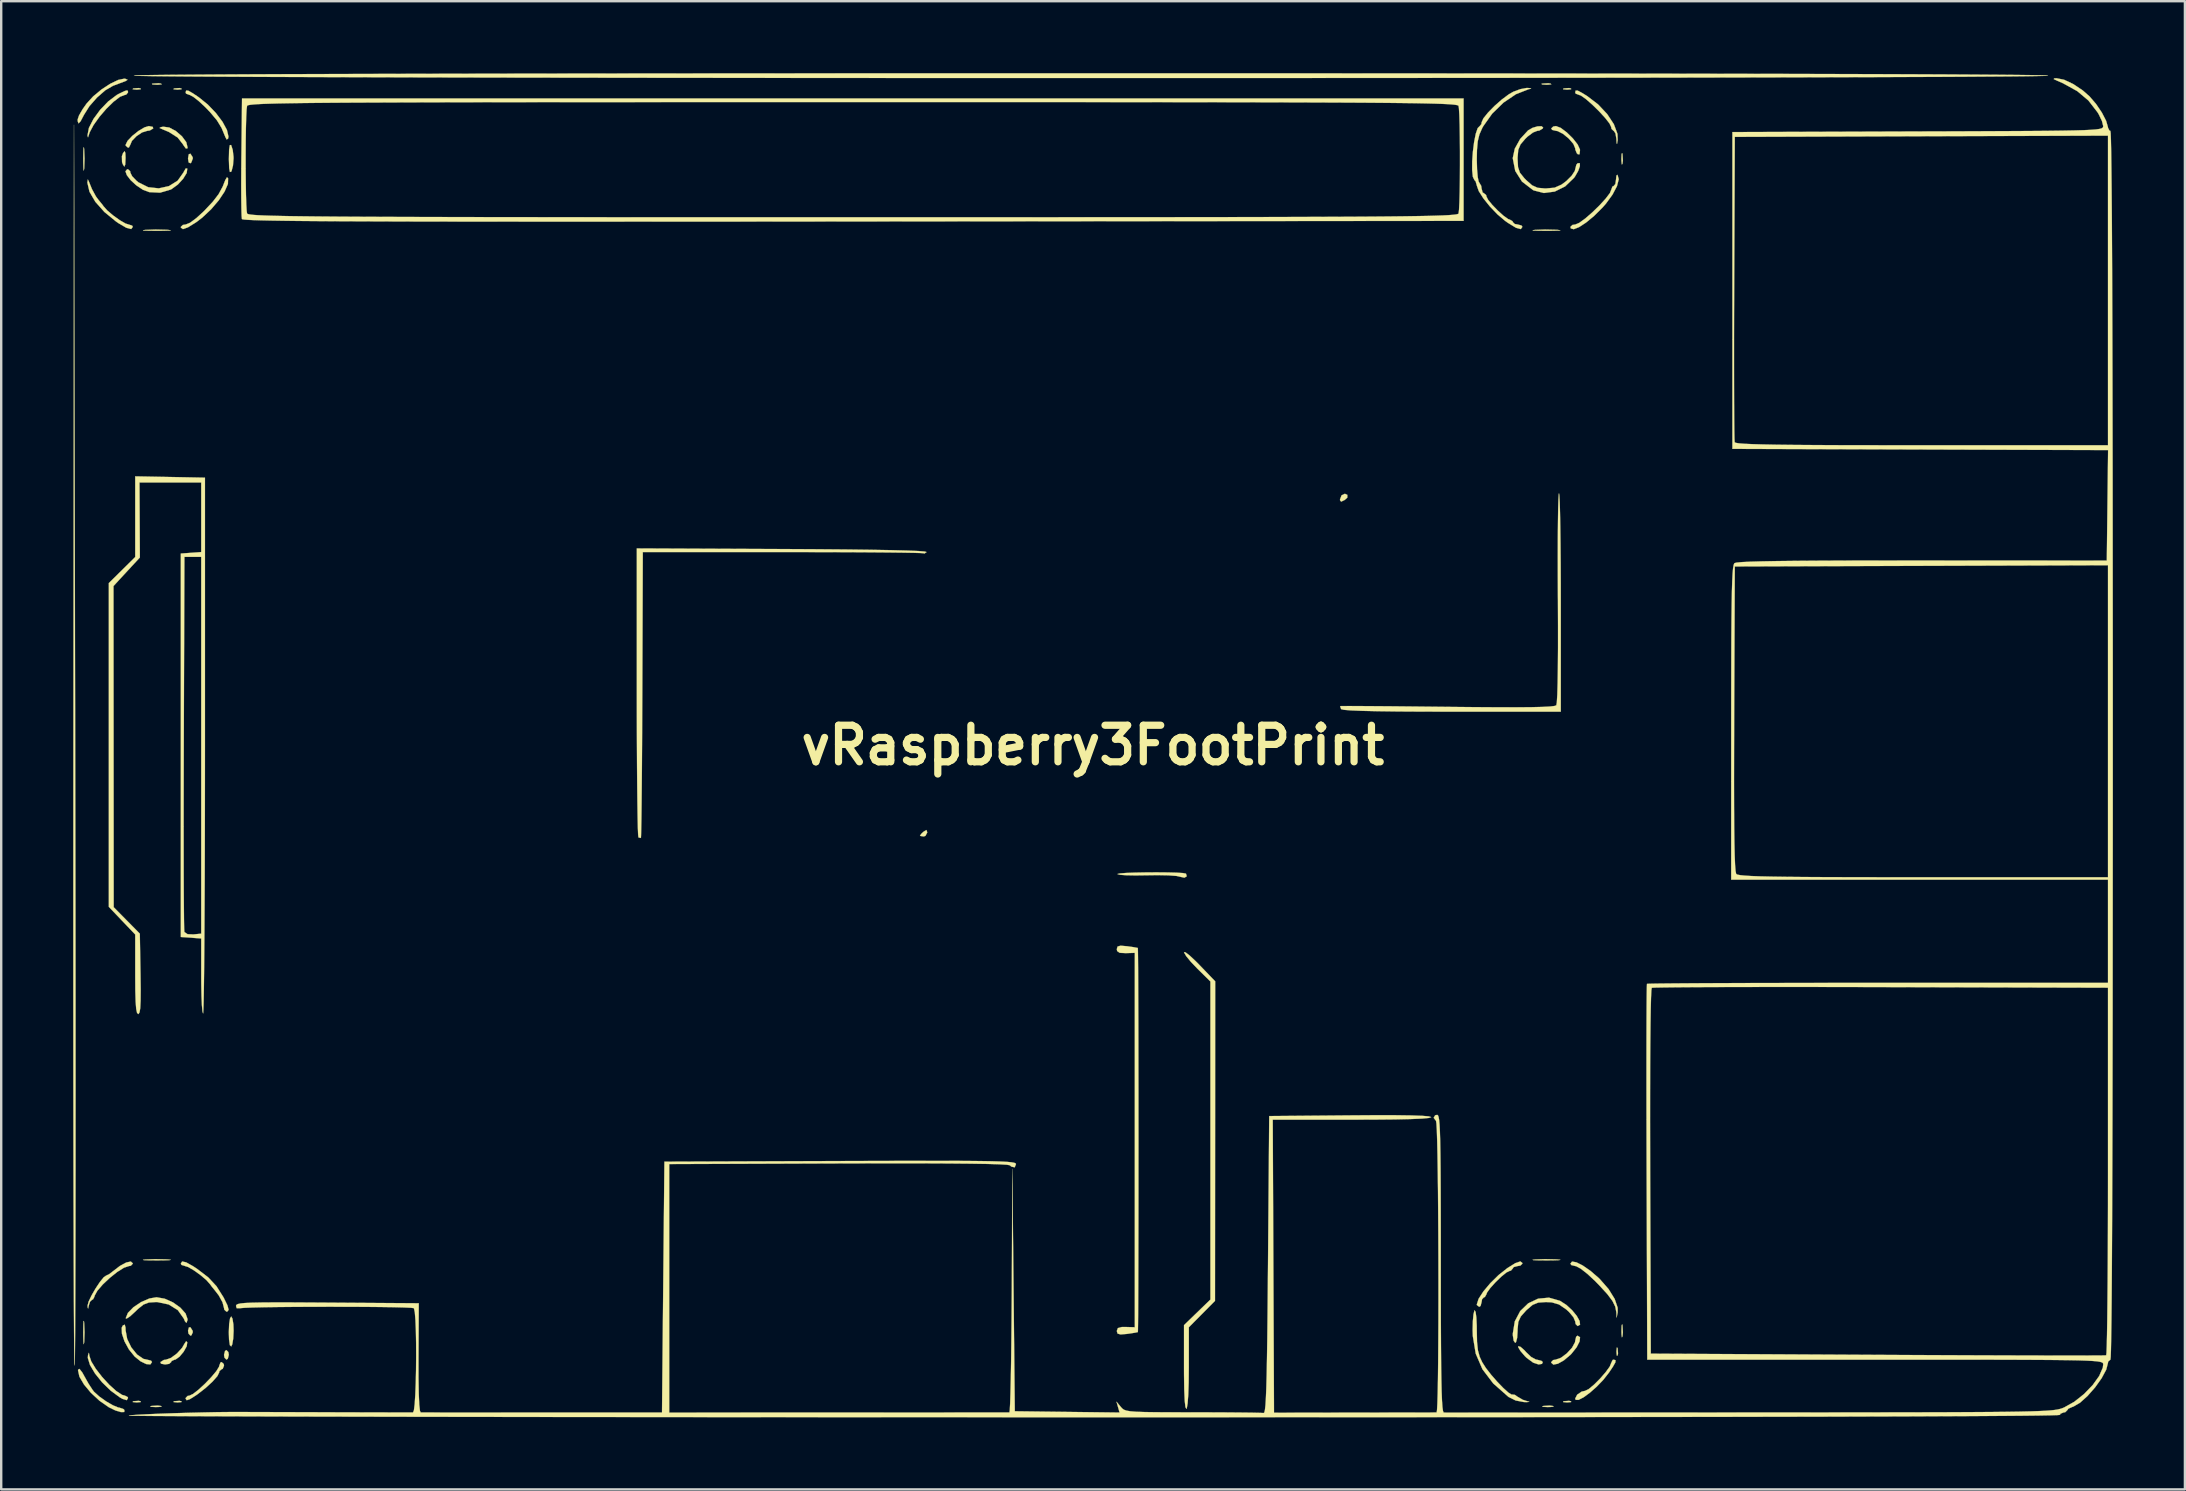
<source format=kicad_pcb>
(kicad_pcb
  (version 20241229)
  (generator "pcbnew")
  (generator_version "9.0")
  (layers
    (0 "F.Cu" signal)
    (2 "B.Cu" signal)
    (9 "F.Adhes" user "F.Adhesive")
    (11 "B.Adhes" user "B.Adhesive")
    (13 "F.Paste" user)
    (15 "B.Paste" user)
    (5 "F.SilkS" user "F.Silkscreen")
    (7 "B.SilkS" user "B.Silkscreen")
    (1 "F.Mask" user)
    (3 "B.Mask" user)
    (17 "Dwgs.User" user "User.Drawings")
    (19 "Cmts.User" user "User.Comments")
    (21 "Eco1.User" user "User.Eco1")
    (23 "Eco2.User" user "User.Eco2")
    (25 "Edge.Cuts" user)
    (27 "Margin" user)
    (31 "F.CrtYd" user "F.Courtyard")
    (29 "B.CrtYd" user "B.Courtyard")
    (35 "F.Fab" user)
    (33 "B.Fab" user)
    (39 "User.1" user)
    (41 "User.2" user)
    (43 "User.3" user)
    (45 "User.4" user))
  (footprint "vRaspberry3FootPrint"
    (layer "F.Cu")
    (at 42.484 28.003)
    (property "Reference" "vRaspberry3FootPrint" (at 0 0 0) (layer "F.SilkS") (effects (font (size 1.524 1.524) (thickness 0.3))))
    (attr through_hole)
    (fp_poly (pts (xy -39.673 -27.366) (xy -39.67 -27.333) (xy -39.826 -27.319) (xy -39.85 -27.319) (xy -40.005 -27.334) (xy -39.99 -27.364) (xy -39.973 -27.369) (xy -39.755 -27.384) (xy -39.673 -27.366)) (stroke (width 0.01) (type solid)) (fill yes) (layer "F.SilkS"))
    (fp_poly (pts (xy -39.673 27.334) (xy -39.67 27.367) (xy -39.826 27.381) (xy -39.85 27.381) (xy -40.005 27.366) (xy -39.99 27.336) (xy -39.973 27.331) (xy -39.755 27.316) (xy -39.673 27.334)) (stroke (width 0.01) (type solid)) (fill yes) (layer "F.SilkS"))
    (fp_poly (pts (xy -38.825 -27.569) (xy -38.794 -27.54) (xy -38.932 -27.524) (xy -39 -27.523) (xy -39.182 -27.534) (xy -39.203 -27.56) (xy -39.175 -27.569) (xy -38.921 -27.584) (xy -38.825 -27.569)) (stroke (width 0.01) (type solid)) (fill yes) (layer "F.SilkS"))
    (fp_poly (pts (xy -38.824 27.531) (xy -38.8 27.558) (xy -38.944 27.573) (xy -39.05 27.575) (xy -39.244 27.565) (xy -39.273 27.542) (xy -39.224 27.529) (xy -38.963 27.513) (xy -38.824 27.531)) (stroke (width 0.01) (type solid)) (fill yes) (layer "F.SilkS"))
    (fp_poly (pts (xy -37.973 -27.366) (xy -37.97 -27.333) (xy -38.126 -27.319) (xy -38.15 -27.319) (xy -38.305 -27.334) (xy -38.29 -27.364) (xy -38.273 -27.369) (xy -38.055 -27.384) (xy -37.973 -27.366)) (stroke (width 0.01) (type solid)) (fill yes) (layer "F.SilkS"))
    (fp_poly (pts (xy -37.973 27.334) (xy -37.97 27.367) (xy -38.126 27.381) (xy -38.15 27.381) (xy -38.305 27.366) (xy -38.29 27.336) (xy -38.273 27.331) (xy -38.055 27.316) (xy -37.973 27.334)) (stroke (width 0.01) (type solid)) (fill yes) (layer "F.SilkS"))
    (fp_poly (pts (xy -37.508 24.395) (xy -37.5 24.456) (xy -37.556 24.585) (xy -37.6 24.6) (xy -37.68 24.516) (xy -37.7 24.394) (xy -37.662 24.256) (xy -37.6 24.25) (xy -37.508 24.395)) (stroke (width 0.01) (type solid)) (fill yes) (layer "F.SilkS"))
    (fp_poly (pts (xy -37.507 -24.505) (xy -37.5 -24.45) (xy -37.563 -24.282) (xy -37.6 -24.25) (xy -37.674 -24.286) (xy -37.7 -24.45) (xy -37.669 -24.624) (xy -37.6 -24.65) (xy -37.507 -24.505)) (stroke (width 0.01) (type solid)) (fill yes) (layer "F.SilkS"))
    (fp_poly (pts (xy -36.019 25.284) (xy -36 25.4) (xy -36.042 25.562) (xy -36.1 25.6) (xy -36.181 25.516) (xy -36.2 25.4) (xy -36.158 25.238) (xy -36.1 25.2) (xy -36.019 25.284)) (stroke (width 0.01) (type solid)) (fill yes) (layer "F.SilkS"))
    (fp_poly (pts (xy 10.606 -10.434) (xy 10.606 -10.32) (xy 10.498 -10.222) (xy 10.347 -10.15) (xy 10.301 -10.21) (xy 10.3 -10.243) (xy 10.364 -10.413) (xy 10.504 -10.479) (xy 10.606 -10.434)) (stroke (width 0.01) (type solid)) (fill yes) (layer "F.SilkS"))
    (fp_poly (pts (xy 19.075 -27.569) (xy 19.106 -27.54) (xy 18.968 -27.524) (xy 18.9 -27.523) (xy 18.718 -27.534) (xy 18.697 -27.56) (xy 18.725 -27.569) (xy 18.979 -27.584) (xy 19.075 -27.569)) (stroke (width 0.01) (type solid)) (fill yes) (layer "F.SilkS"))
    (fp_poly (pts (xy 19.176 27.531) (xy 19.2 27.558) (xy 19.056 27.573) (xy 18.95 27.575) (xy 18.756 27.565) (xy 18.727 27.542) (xy 18.776 27.529) (xy 19.037 27.513) (xy 19.176 27.531)) (stroke (width 0.01) (type solid)) (fill yes) (layer "F.SilkS"))
    (fp_poly (pts (xy 19.927 -27.366) (xy 19.93 -27.333) (xy 19.774 -27.319) (xy 19.75 -27.319) (xy 19.595 -27.334) (xy 19.61 -27.364) (xy 19.627 -27.369) (xy 19.845 -27.384) (xy 19.927 -27.366)) (stroke (width 0.01) (type solid)) (fill yes) (layer "F.SilkS"))
    (fp_poly (pts (xy 19.927 27.334) (xy 19.93 27.367) (xy 19.774 27.381) (xy 19.75 27.381) (xy 19.595 27.366) (xy 19.61 27.336) (xy 19.627 27.331) (xy 19.845 27.316) (xy 19.927 27.334)) (stroke (width 0.01) (type solid)) (fill yes) (layer "F.SilkS"))
    (fp_poly (pts (xy 21.864 25.11) (xy 21.869 25.127) (xy 21.884 25.345) (xy 21.866 25.427) (xy 21.833 25.43) (xy 21.819 25.274) (xy 21.819 25.25) (xy 21.834 25.095) (xy 21.864 25.11)) (stroke (width 0.01) (type solid)) (fill yes) (layer "F.SilkS"))
    (fp_poly (pts (xy 22.071 24.175) (xy 22.087 24.466) (xy 22.071 24.625) (xy 22.046 24.672) (xy 22.03 24.547) (xy 22.027 24.4) (xy 22.035 24.184) (xy 22.055 24.124) (xy 22.071 24.175)) (stroke (width 0.01) (type solid)) (fill yes) (layer "F.SilkS"))
    (fp_poly (pts (xy 22.071 -24.624) (xy 22.087 -24.363) (xy 22.069 -24.224) (xy 22.042 -24.2) (xy 22.027 -24.344) (xy 22.025 -24.45) (xy 22.035 -24.644) (xy 22.058 -24.673) (xy 22.071 -24.624)) (stroke (width 0.01) (type solid)) (fill yes) (layer "F.SilkS"))
    (fp_poly (pts (xy -40.311 -24.679) (xy -40.303 -24.475) (xy -40.315 -24.197) (xy -40.356 -24.11) (xy -40.422 -24.219) (xy -40.449 -24.298) (xy -40.455 -24.547) (xy -40.409 -24.673) (xy -40.342 -24.754) (xy -40.311 -24.679)) (stroke (width 0.01) (type solid)) (fill yes) (layer "F.SilkS"))
    (fp_poly (pts (xy -6.9 3.622) (xy -6.9 3.638) (xy -6.975 3.778) (xy -7.05 3.8) (xy -7.183 3.779) (xy -7.2 3.762) (xy -7.134 3.676) (xy -7.05 3.6) (xy -6.932 3.53) (xy -6.9 3.622)) (stroke (width 0.01) (type solid)) (fill yes) (layer "F.SilkS"))
    (fp_poly (pts (xy -42.035 -24.897) (xy -42.027 -24.822) (xy -42.011 -24.445) (xy -42.023 -24.073) (xy -42.027 -24.022) (xy -42.045 -23.941) (xy -42.058 -24.037) (xy -42.065 -24.29) (xy -42.066 -24.45) (xy -42.061 -24.759) (xy -42.051 -24.914) (xy -42.035 -24.897)) (stroke (width 0.01) (type solid)) (fill yes) (layer "F.SilkS"))
    (fp_poly (pts (xy -42.035 24.003) (xy -42.027 24.078) (xy -42.011 24.455) (xy -42.023 24.827) (xy -42.027 24.878) (xy -42.045 24.959) (xy -42.058 24.863) (xy -42.065 24.61) (xy -42.066 24.45) (xy -42.061 24.141) (xy -42.051 23.986) (xy -42.035 24.003)) (stroke (width 0.01) (type solid)) (fill yes) (layer "F.SilkS"))
    (fp_poly (pts (xy -38.615 -21.479) (xy -38.525 -21.474) (xy -38.414 -21.458) (xy -38.485 -21.446) (xy -38.719 -21.438) (xy -39 -21.436) (xy -39.347 -21.439) (xy -39.546 -21.448) (xy -39.577 -21.461) (xy -39.475 -21.474) (xy -39.056 -21.489) (xy -38.615 -21.479)) (stroke (width 0.01) (type solid)) (fill yes) (layer "F.SilkS"))
    (fp_poly (pts (xy -38.615 21.421) (xy -38.525 21.426) (xy -38.414 21.442) (xy -38.485 21.454) (xy -38.719 21.462) (xy -39 21.464) (xy -39.347 21.461) (xy -39.546 21.452) (xy -39.577 21.439) (xy -39.475 21.426) (xy -39.056 21.411) (xy -38.615 21.421)) (stroke (width 0.01) (type solid)) (fill yes) (layer "F.SilkS"))
    (fp_poly (pts (xy 19.285 -21.479) (xy 19.375 -21.474) (xy 19.486 -21.458) (xy 19.415 -21.446) (xy 19.181 -21.438) (xy 18.9 -21.436) (xy 18.553 -21.439) (xy 18.354 -21.448) (xy 18.323 -21.461) (xy 18.425 -21.474) (xy 18.844 -21.489) (xy 19.285 -21.479)) (stroke (width 0.01) (type solid)) (fill yes) (layer "F.SilkS"))
    (fp_poly (pts (xy 19.285 21.421) (xy 19.375 21.426) (xy 19.486 21.442) (xy 19.415 21.454) (xy 19.181 21.462) (xy 18.9 21.464) (xy 18.553 21.461) (xy 18.354 21.452) (xy 18.323 21.439) (xy 18.425 21.426) (xy 18.844 21.411) (xy 19.285 21.421)) (stroke (width 0.01) (type solid)) (fill yes) (layer "F.SilkS"))
    (fp_poly (pts (xy -35.847 23.891) (xy -35.81 24.128) (xy -35.8 24.394) (xy -35.816 24.722) (xy -35.856 24.962) (xy -35.9 25.05) (xy -35.957 24.995) (xy -35.991 24.76) (xy -36 24.456) (xy -35.986 24.114) (xy -35.949 23.88) (xy -35.9 23.8) (xy -35.847 23.891)) (stroke (width 0.01) (type solid)) (fill yes) (layer "F.SilkS"))
    (fp_poly (pts (xy -35.9 -25) (xy -35.837 -24.806) (xy -35.804 -24.518) (xy -35.803 -24.45) (xy -35.826 -24.154) (xy -35.884 -23.93) (xy -35.9 -23.9) (xy -35.954 -23.885) (xy -35.985 -24.047) (xy -35.997 -24.397) (xy -35.997 -24.45) (xy -35.988 -24.822) (xy -35.958 -25.006) (xy -35.907 -25.011) (xy -35.9 -25)) (stroke (width 0.01) (type solid)) (fill yes) (layer "F.SilkS"))
    (fp_poly (pts (xy -38.481 -25.74) (xy -38.204 -25.591) (xy -37.951 -25.372) (xy -37.772 -25.129) (xy -37.718 -24.907) (xy -37.727 -24.87) (xy -37.79 -24.865) (xy -37.893 -25.007) (xy -37.908 -25.035) (xy -38.13 -25.321) (xy -38.499 -25.555) (xy -38.75 -25.66) (xy -38.887 -25.72) (xy -38.837 -25.754) (xy -38.731 -25.774) (xy -38.481 -25.74)) (stroke (width 0.01) (type solid)) (fill yes) (layer "F.SilkS"))
    (fp_poly (pts (xy 17.824 25.067) (xy 17.99 25.214) (xy 18.055 25.287) (xy 18.265 25.487) (xy 18.462 25.594) (xy 18.503 25.6) (xy 18.691 25.648) (xy 18.75 25.7) (xy 18.716 25.776) (xy 18.576 25.8) (xy 18.349 25.725) (xy 18.078 25.526) (xy 18.001 25.451) (xy 17.818 25.238) (xy 17.726 25.082) (xy 17.728 25.039) (xy 17.824 25.067)) (stroke (width 0.01) (type solid)) (fill yes) (layer "F.SilkS"))
    (fp_poly (pts (xy -39.169 -25.767) (xy -39.15 -25.7) (xy -39.291 -25.616) (xy -39.405 -25.6) (xy -39.617 -25.534) (xy -39.851 -25.376) (xy -40.036 -25.184) (xy -40.1 -25.032) (xy -40.16 -24.911) (xy -40.2 -24.9) (xy -40.294 -24.978) (xy -40.3 -25.018) (xy -40.221 -25.182) (xy -40.024 -25.39) (xy -39.769 -25.594) (xy -39.513 -25.746) (xy -39.332 -25.8) (xy -39.169 -25.767)) (stroke (width 0.01) (type solid)) (fill yes) (layer "F.SilkS"))
    (fp_poly (pts (xy -37.731 24.874) (xy -37.755 25.041) (xy -37.879 25.266) (xy -38.051 25.474) (xy -38.217 25.593) (xy -38.257 25.6) (xy -38.385 25.656) (xy -38.4 25.7) (xy -38.486 25.775) (xy -38.656 25.8) (xy -38.826 25.768) (xy -38.85 25.7) (xy -38.707 25.612) (xy -38.619 25.6) (xy -38.407 25.525) (xy -38.159 25.34) (xy -37.945 25.105) (xy -37.856 24.95) (xy -37.778 24.832) (xy -37.731 24.874)) (stroke (width 0.01) (type solid)) (fill yes) (layer "F.SilkS"))
    (fp_poly (pts (xy 20.302 24.667) (xy 20.283 24.842) (xy 20.16 25.083) (xy 19.946 25.353) (xy 19.9 25.4) (xy 19.63 25.628) (xy 19.38 25.769) (xy 19.191 25.807) (xy 19.102 25.727) (xy 19.1 25.7) (xy 19.183 25.616) (xy 19.282 25.6) (xy 19.502 25.524) (xy 19.752 25.338) (xy 19.97 25.101) (xy 20.092 24.875) (xy 20.1 24.816) (xy 20.139 24.645) (xy 20.2 24.6) (xy 20.302 24.667)) (stroke (width 0.01) (type solid)) (fill yes) (layer "F.SilkS"))
    (fp_poly (pts (xy -40.303 24.267) (xy -40.3 24.381) (xy -40.234 24.738) (xy -40.063 25.09) (xy -39.825 25.384) (xy -39.561 25.566) (xy -39.405 25.6) (xy -39.24 25.641) (xy -39.2 25.7) (xy -39.269 25.799) (xy -39.443 25.783) (xy -39.677 25.669) (xy -39.922 25.471) (xy -39.924 25.469) (xy -40.163 25.173) (xy -40.346 24.839) (xy -40.453 24.52) (xy -40.464 24.271) (xy -40.417 24.177) (xy -40.336 24.141) (xy -40.303 24.267)) (stroke (width 0.01) (type solid)) (fill yes) (layer "F.SilkS"))
    (fp_poly (pts (xy 19.497 -25.725) (xy 19.749 -25.536) (xy 20.002 -25.287) (xy 20.203 -25.032) (xy 20.298 -24.823) (xy 20.3 -24.8) (xy 20.282 -24.626) (xy 20.211 -24.626) (xy 20.167 -24.667) (xy 20.105 -24.818) (xy 20.1 -24.874) (xy 20.022 -25.06) (xy 19.832 -25.28) (xy 19.593 -25.476) (xy 19.37 -25.59) (xy 19.308 -25.6) (xy 19.141 -25.64) (xy 19.1 -25.7) (xy 19.184 -25.781) (xy 19.3 -25.8) (xy 19.497 -25.725)) (stroke (width 0.01) (type solid)) (fill yes) (layer "F.SilkS"))
    (fp_poly (pts (xy -41.814 25.4) (xy -41.812 25.432) (xy -41.732 25.672) (xy -41.542 25.983) (xy -41.28 26.32) (xy -40.984 26.643) (xy -40.693 26.906) (xy -40.444 27.069) (xy -40.327 27.1) (xy -40.209 27.162) (xy -40.2 27.2) (xy -40.253 27.288) (xy -40.422 27.238) (xy -40.545 27.169) (xy -40.925 26.889) (xy -41.279 26.545) (xy -41.575 26.176) (xy -41.784 25.824) (xy -41.875 25.529) (xy -41.867 25.417) (xy -41.831 25.312) (xy -41.814 25.4)) (stroke (width 0.01) (type solid)) (fill yes) (layer "F.SilkS"))
    (fp_poly (pts (xy -40.201 -27.241) (xy -40.2 -27.2) (xy -40.279 -27.107) (xy -40.327 -27.1) (xy -40.531 -27.022) (xy -40.802 -26.815) (xy -41.102 -26.522) (xy -41.393 -26.183) (xy -41.637 -25.841) (xy -41.798 -25.538) (xy -41.826 -25.449) (xy -41.867 -25.33) (xy -41.887 -25.402) (xy -41.888 -25.418) (xy -41.829 -25.725) (xy -41.641 -26.094) (xy -41.36 -26.478) (xy -41.024 -26.828) (xy -40.669 -27.096) (xy -40.574 -27.148) (xy -40.338 -27.261) (xy -40.231 -27.29) (xy -40.201 -27.241)) (stroke (width 0.01) (type solid)) (fill yes) (layer "F.SilkS"))
    (fp_poly (pts (xy -37.691 -27.275) (xy -37.506 -27.171) (xy -37.255 -27.003) (xy -36.878 -26.699) (xy -36.538 -26.344) (xy -36.262 -25.977) (xy -36.078 -25.637) (xy -36.014 -25.363) (xy -36.029 -25.279) (xy -36.089 -25.238) (xy -36.147 -25.35) (xy -36.302 -25.722) (xy -36.497 -26.042) (xy -36.78 -26.379) (xy -36.968 -26.575) (xy -37.242 -26.832) (xy -37.48 -27.019) (xy -37.634 -27.099) (xy -37.643 -27.1) (xy -37.781 -27.152) (xy -37.8 -27.2) (xy -37.778 -27.281) (xy -37.691 -27.275)) (stroke (width 0.01) (type solid)) (fill yes) (layer "F.SilkS"))
    (fp_poly (pts (xy -36.029 -23.621) (xy -36.037 -23.388) (xy -36.176 -23.071) (xy -36.419 -22.706) (xy -36.739 -22.332) (xy -37.108 -21.985) (xy -37.359 -21.794) (xy -37.701 -21.581) (xy -37.911 -21.506) (xy -37.997 -21.567) (xy -38 -21.6) (xy -37.916 -21.68) (xy -37.792 -21.7) (xy -37.616 -21.771) (xy -37.353 -21.965) (xy -37.042 -22.25) (xy -37.017 -22.275) (xy -36.665 -22.651) (xy -36.425 -22.964) (xy -36.256 -23.276) (xy -36.147 -23.55) (xy -36.076 -23.669) (xy -36.029 -23.621)) (stroke (width 0.01) (type solid)) (fill yes) (layer "F.SilkS"))
    (fp_poly (pts (xy 3.104 5.299) (xy 3.484 5.308) (xy 3.758 5.325) (xy 3.881 5.348) (xy 3.882 5.349) (xy 3.915 5.459) (xy 3.818 5.518) (xy 3.67 5.486) (xy 3.494 5.446) (xy 3.157 5.42) (xy 2.696 5.411) (xy 2.244 5.417) (xy 1.775 5.423) (xy 1.392 5.416) (xy 1.131 5.397) (xy 1.028 5.368) (xy 1.028 5.364) (xy 1.13 5.34) (xy 1.388 5.32) (xy 1.758 5.306) (xy 2.197 5.298) (xy 2.66 5.295) (xy 3.104 5.299)) (stroke (width 0.01) (type solid)) (fill yes) (layer "F.SilkS"))
    (fp_poly (pts (xy 21.781 25.622) (xy 21.775 25.71) (xy 21.67 25.897) (xy 21.508 26.138) (xy 21.273 26.438) (xy 20.996 26.726) (xy 20.711 26.978) (xy 20.448 27.17) (xy 20.24 27.277) (xy 20.118 27.274) (xy 20.1 27.22) (xy 20.183 27.058) (xy 20.372 26.93) (xy 20.511 26.9) (xy 20.661 26.827) (xy 20.884 26.642) (xy 21.135 26.391) (xy 21.368 26.124) (xy 21.538 25.889) (xy 21.6 25.739) (xy 21.658 25.613) (xy 21.7 25.6) (xy 21.781 25.622)) (stroke (width 0.01) (type solid)) (fill yes) (layer "F.SilkS"))
    (fp_poly (pts (xy -41.835 -23.5) (xy -41.7 -23.169) (xy -41.536 -22.867) (xy -41.427 -22.72) (xy -41.275 -22.536) (xy -41.227 -22.467) (xy -41.069 -22.288) (xy -40.821 -22.077) (xy -40.545 -21.879) (xy -40.304 -21.739) (xy -40.177 -21.7) (xy -40.028 -21.653) (xy -40 -21.6) (xy -40.068 -21.509) (xy -40.272 -21.563) (xy -40.608 -21.76) (xy -40.7 -21.824) (xy -41.184 -22.22) (xy -41.561 -22.643) (xy -41.805 -23.061) (xy -41.893 -23.438) (xy -41.892 -23.465) (xy -41.874 -23.576) (xy -41.835 -23.5)) (stroke (width 0.01) (type solid)) (fill yes) (layer "F.SilkS"))
    (fp_poly (pts (xy -40.313 -27.771) (xy -40.218 -27.729) (xy -40.303 -27.674) (xy -40.35 -27.656) (xy -40.597 -27.564) (xy -40.826 -27.478) (xy -41.144 -27.293) (xy -41.491 -26.99) (xy -41.808 -26.629) (xy -42.033 -26.271) (xy -42.033 -26.271) (xy -42.176 -25.999) (xy -42.261 -25.911) (xy -42.297 -26.002) (xy -42.299 -26.075) (xy -42.241 -26.244) (xy -42.091 -26.505) (xy -41.924 -26.741) (xy -41.65 -27.039) (xy -41.307 -27.323) (xy -40.944 -27.561) (xy -40.61 -27.722) (xy -40.354 -27.776) (xy -40.313 -27.771)) (stroke (width 0.01) (type solid)) (fill yes) (layer "F.SilkS"))
    (fp_poly (pts (xy 20.151 21.544) (xy 20.416 21.678) (xy 20.732 21.897) (xy 21.067 22.185) (xy 21.125 22.241) (xy 21.491 22.659) (xy 21.746 23.071) (xy 21.87 23.436) (xy 21.87 23.629) (xy 21.827 23.85) (xy 21.814 23.624) (xy 21.77 23.394) (xy 21.652 23.153) (xy 21.437 22.867) (xy 21.1 22.5) (xy 20.929 22.325) (xy 20.609 22.027) (xy 20.332 21.81) (xy 20.137 21.705) (xy 20.103 21.7) (xy 19.939 21.659) (xy 19.9 21.6) (xy 19.968 21.512) (xy 20.151 21.544)) (stroke (width 0.01) (type solid)) (fill yes) (layer "F.SilkS"))
    (fp_poly (pts (xy -42.105 26.135) (xy -42.014 26.3) (xy -41.842 26.605) (xy -41.676 26.86) (xy -41.615 26.938) (xy -41.403 27.131) (xy -41.12 27.333) (xy -40.833 27.5) (xy -40.607 27.593) (xy -40.558 27.6) (xy -40.387 27.66) (xy -40.35 27.7) (xy -40.355 27.782) (xy -40.495 27.785) (xy -40.723 27.717) (xy -40.995 27.586) (xy -41 27.583) (xy -41.389 27.312) (xy -41.745 26.983) (xy -42.034 26.635) (xy -42.225 26.309) (xy -42.283 26.045) (xy -42.279 26.018) (xy -42.223 25.984) (xy -42.105 26.135)) (stroke (width 0.01) (type solid)) (fill yes) (layer "F.SilkS"))
    (fp_poly (pts (xy -38.671 23.06) (xy -38.325 23.215) (xy -38.02 23.432) (xy -37.802 23.675) (xy -37.719 23.91) (xy -37.725 23.966) (xy -37.767 24.068) (xy -37.826 24.004) (xy -37.877 23.887) (xy -38.124 23.537) (xy -38.507 23.3) (xy -38.979 23.201) (xy -39.04 23.2) (xy -39.332 23.219) (xy -39.552 23.302) (xy -39.783 23.486) (xy -39.9 23.6) (xy -40.113 23.794) (xy -40.257 23.889) (xy -40.297 23.875) (xy -40.204 23.65) (xy -39.972 23.413) (xy -39.655 23.201) (xy -39.308 23.051) (xy -39.012 23) (xy -38.671 23.06)) (stroke (width 0.01) (type solid)) (fill yes) (layer "F.SilkS"))
    (fp_poly (pts (xy -37.777 21.545) (xy -37.48 21.712) (xy -37.318 21.819) (xy -36.855 22.173) (xy -36.514 22.539) (xy -36.228 22.992) (xy -36.213 23.019) (xy -36.056 23.34) (xy -36.007 23.524) (xy -36.061 23.596) (xy -36.1 23.6) (xy -36.188 23.519) (xy -36.2 23.449) (xy -36.262 23.213) (xy -36.418 22.925) (xy -36.573 22.724) (xy -36.724 22.538) (xy -36.773 22.467) (xy -36.931 22.288) (xy -37.179 22.077) (xy -37.455 21.879) (xy -37.696 21.739) (xy -37.823 21.7) (xy -37.972 21.653) (xy -38 21.6) (xy -37.946 21.509) (xy -37.777 21.545)) (stroke (width 0.01) (type solid)) (fill yes) (layer "F.SilkS"))
    (fp_poly (pts (xy -36.211 25.781) (xy -36.2 25.85) (xy -36.254 25.983) (xy -36.3 26) (xy -36.392 26.079) (xy -36.4 26.13) (xy -36.476 26.285) (xy -36.677 26.513) (xy -36.963 26.776) (xy -37.296 27.036) (xy -37.365 27.084) (xy -37.621 27.246) (xy -37.754 27.291) (xy -37.799 27.228) (xy -37.8 27.2) (xy -37.719 27.112) (xy -37.643 27.1) (xy -37.492 27.029) (xy -37.259 26.848) (xy -36.99 26.599) (xy -36.729 26.327) (xy -36.52 26.078) (xy -36.408 25.895) (xy -36.4 25.857) (xy -36.348 25.719) (xy -36.3 25.7) (xy -36.211 25.781)) (stroke (width 0.01) (type solid)) (fill yes) (layer "F.SilkS"))
    (fp_poly (pts (xy 20.203 -27.278) (xy 20.389 -27.18) (xy 20.595 -27.053) (xy 21.052 -26.705) (xy 21.433 -26.3) (xy 21.712 -25.876) (xy 21.861 -25.475) (xy 21.871 -25.217) (xy 21.843 -25.059) (xy 21.827 -25.083) (xy 21.815 -25.275) (xy 21.778 -25.496) (xy 21.707 -25.599) (xy 21.7 -25.6) (xy 21.613 -25.682) (xy 21.6 -25.758) (xy 21.53 -25.907) (xy 21.347 -26.141) (xy 21.095 -26.416) (xy 20.814 -26.691) (xy 20.549 -26.923) (xy 20.341 -27.07) (xy 20.258 -27.1) (xy 20.12 -27.152) (xy 20.1 -27.2) (xy 20.12 -27.28) (xy 20.203 -27.278)) (stroke (width 0.01) (type solid)) (fill yes) (layer "F.SilkS"))
    (fp_poly (pts (xy 21.915 -23.586) (xy 21.841 -23.298) (xy 21.655 -22.944) (xy 21.376 -22.561) (xy 21.238 -22.405) (xy 20.888 -22.057) (xy 20.553 -21.78) (xy 20.262 -21.59) (xy 20.04 -21.502) (xy 19.917 -21.534) (xy 19.9 -21.6) (xy 19.984 -21.68) (xy 20.109 -21.7) (xy 20.273 -21.77) (xy 20.523 -21.952) (xy 20.816 -22.207) (xy 21.112 -22.495) (xy 21.368 -22.775) (xy 21.545 -23.008) (xy 21.6 -23.141) (xy 21.651 -23.28) (xy 21.7 -23.3) (xy 21.773 -23.386) (xy 21.8 -23.567) (xy 21.819 -23.74) (xy 21.862 -23.771) (xy 21.915 -23.586)) (stroke (width 0.01) (type solid)) (fill yes) (layer "F.SilkS"))
    (fp_poly (pts (xy 3.863 8.628) (xy 4.032 8.758) (xy 4.278 8.987) (xy 4.45 9.161) (xy 5.1 9.837) (xy 5.092 23.15) (xy 4.547 23.7) (xy 4.002 24.25) (xy 4.001 25.919) (xy 3.995 26.548) (xy 3.978 27.056) (xy 3.951 27.422) (xy 3.917 27.621) (xy 3.9 27.65) (xy 3.86 27.579) (xy 3.83 27.313) (xy 3.81 26.858) (xy 3.801 26.219) (xy 3.8 25.937) (xy 3.8 24.161) (xy 4.9 23.096) (xy 4.9 9.843) (xy 4.35 9.3) (xy 4.087 9.024) (xy 3.893 8.788) (xy 3.803 8.636) (xy 3.8 8.621) (xy 3.863 8.628)) (stroke (width 0.01) (type solid)) (fill yes) (layer "F.SilkS"))
    (fp_poly (pts (xy -37.731 -24.029) (xy -37.73 -24.026) (xy -37.755 -23.845) (xy -37.902 -23.605) (xy -38.125 -23.363) (xy -38.383 -23.175) (xy -38.418 -23.156) (xy -38.863 -23.025) (xy -39.315 -23.047) (xy -39.579 -23.146) (xy -39.859 -23.334) (xy -40.091 -23.548) (xy -40.249 -23.754) (xy -40.307 -23.915) (xy -40.24 -23.996) (xy -40.2 -24) (xy -40.11 -23.919) (xy -40.1 -23.855) (xy -40.026 -23.708) (xy -39.841 -23.517) (xy -39.766 -23.455) (xy -39.36 -23.253) (xy -38.919 -23.205) (xy -38.494 -23.299) (xy -38.133 -23.524) (xy -37.889 -23.867) (xy -37.881 -23.887) (xy -37.794 -24.037) (xy -37.731 -24.029)) (stroke (width 0.01) (type solid)) (fill yes) (layer "F.SilkS"))
    (fp_poly (pts (xy -40.001 21.586) (xy -40 21.6) (xy -40.082 21.687) (xy -40.16 21.7) (xy -40.369 21.769) (xy -40.652 21.947) (xy -40.962 22.195) (xy -41.254 22.47) (xy -41.479 22.732) (xy -41.592 22.938) (xy -41.598 22.975) (xy -41.659 23.091) (xy -41.693 23.1) (xy -41.782 23.185) (xy -41.829 23.325) (xy -41.863 23.471) (xy -41.88 23.426) (xy -41.886 23.349) (xy -41.842 23.18) (xy -41.719 22.923) (xy -41.55 22.631) (xy -41.369 22.36) (xy -41.211 22.165) (xy -41.116 22.1) (xy -40.989 22.04) (xy -40.839 21.925) (xy -40.538 21.695) (xy -40.274 21.552) (xy -40.082 21.511) (xy -40.001 21.586)) (stroke (width 0.01) (type solid)) (fill yes) (layer "F.SilkS"))
    (fp_poly (pts (xy 17.898 21.572) (xy 17.9 21.6) (xy 17.816 21.681) (xy 17.7 21.7) (xy 17.538 21.742) (xy 17.5 21.8) (xy 17.421 21.892) (xy 17.371 21.9) (xy 17.23 21.97) (xy 17.015 22.146) (xy 16.776 22.378) (xy 16.562 22.615) (xy 16.425 22.807) (xy 16.4 22.879) (xy 16.335 22.992) (xy 16.3 23) (xy 16.219 23.084) (xy 16.2 23.2) (xy 16.158 23.362) (xy 16.1 23.4) (xy 16.003 23.324) (xy 16 23.299) (xy 16.074 23.066) (xy 16.274 22.757) (xy 16.563 22.413) (xy 16.906 22.076) (xy 17.268 21.789) (xy 17.268 21.789) (xy 17.608 21.577) (xy 17.816 21.506) (xy 17.898 21.572)) (stroke (width 0.01) (type solid)) (fill yes) (layer "F.SilkS"))
    (fp_poly (pts (xy 15.95 23.61) (xy 15.981 23.837) (xy 15.998 24.182) (xy 16 24.385) (xy 16.01 24.865) (xy 16.046 25.208) (xy 16.12 25.479) (xy 16.225 25.707) (xy 16.378 25.947) (xy 16.598 26.23) (xy 16.851 26.519) (xy 17.101 26.778) (xy 17.313 26.97) (xy 17.453 27.056) (xy 17.482 27.051) (xy 17.587 27.066) (xy 17.692 27.141) (xy 17.916 27.272) (xy 18.1 27.33) (xy 18.19 27.358) (xy 18.088 27.369) (xy 17.971 27.368) (xy 17.621 27.302) (xy 17.322 27.154) (xy 16.685 26.592) (xy 16.234 25.998) (xy 15.955 25.349) (xy 15.834 24.617) (xy 15.826 24.374) (xy 15.835 23.999) (xy 15.862 23.708) (xy 15.902 23.553) (xy 15.911 23.543) (xy 15.95 23.61)) (stroke (width 0.01) (type solid)) (fill yes) (layer "F.SilkS"))
    (fp_poly (pts (xy 19.467 23.148) (xy 19.731 23.319) (xy 19.972 23.541) (xy 20.165 23.776) (xy 20.284 23.989) (xy 20.303 24.143) (xy 20.2 24.2) (xy 20.118 24.117) (xy 20.1 24.007) (xy 20.027 23.833) (xy 19.842 23.611) (xy 19.727 23.507) (xy 19.424 23.3) (xy 19.123 23.212) (xy 18.881 23.2) (xy 18.561 23.222) (xy 18.327 23.316) (xy 18.083 23.524) (xy 18.053 23.553) (xy 17.833 23.802) (xy 17.729 24.029) (xy 17.7 24.335) (xy 17.7 24.403) (xy 17.682 24.687) (xy 17.636 24.867) (xy 17.6 24.9) (xy 17.536 24.812) (xy 17.502 24.591) (xy 17.5 24.515) (xy 17.583 24.005) (xy 17.808 23.576) (xy 18.143 23.253) (xy 18.554 23.059) (xy 19.007 23.017) (xy 19.467 23.148)) (stroke (width 0.01) (type solid)) (fill yes) (layer "F.SilkS"))
    (fp_poly (pts (xy -42.401 -0.05) (xy -42.397 2.209) (xy -42.393 4.415) (xy -42.39 6.561) (xy -42.388 8.638) (xy -42.386 10.638) (xy -42.386 12.553) (xy -42.385 14.373) (xy -42.386 16.091) (xy -42.386 17.698) (xy -42.388 19.186) (xy -42.39 20.547) (xy -42.393 21.771) (xy -42.396 22.852) (xy -42.4 23.78) (xy -42.404 24.546) (xy -42.409 25.144) (xy -42.415 25.563) (xy -42.421 25.797) (xy -42.425 25.845) (xy -42.431 25.755) (xy -42.438 25.473) (xy -42.443 25.007) (xy -42.449 24.367) (xy -42.454 23.559) (xy -42.458 22.593) (xy -42.463 21.477) (xy -42.466 20.219) (xy -42.47 18.826) (xy -42.473 17.309) (xy -42.475 15.674) (xy -42.477 13.93) (xy -42.478 12.085) (xy -42.479 10.149) (xy -42.479 8.128) (xy -42.479 6.031) (xy -42.478 3.867) (xy -42.477 1.643) (xy -42.476 0.045) (xy -42.451 -25.85) (xy -42.401 -0.05)) (stroke (width 0.01) (type solid)) (fill yes) (layer "F.SilkS"))
    (fp_poly (pts (xy -12.95 -8.176) (xy -11.536 -8.168) (xy -10.307 -8.158) (xy -9.264 -8.145) (xy -8.409 -8.13) (xy -7.746 -8.113) (xy -7.277 -8.094) (xy -7.002 -8.072) (xy -6.925 -8.05) (xy -7.015 -7.989) (xy -7.05 -8) (xy -7.166 -8.009) (xy -7.463 -8.018) (xy -7.925 -8.026) (xy -8.533 -8.033) (xy -9.269 -8.039) (xy -10.115 -8.044) (xy -11.053 -8.047) (xy -12.065 -8.049) (xy -12.95 -8.05) (xy -18.75 -8.05) (xy -18.771 -2.112) (xy -18.776 -1.042) (xy -18.781 -0.032) (xy -18.787 0.899) (xy -18.794 1.735) (xy -18.801 2.457) (xy -18.808 3.049) (xy -18.816 3.492) (xy -18.823 3.769) (xy -18.829 3.863) (xy -18.92 3.845) (xy -18.933 3.833) (xy -18.945 3.724) (xy -18.957 3.432) (xy -18.967 2.976) (xy -18.976 2.372) (xy -18.984 1.638) (xy -18.991 0.792) (xy -18.996 -0.148) (xy -18.999 -1.166) (xy -19 -2.217) (xy -19 -8.202) (xy -12.95 -8.176)) (stroke (width 0.01) (type solid)) (fill yes) (layer "F.SilkS"))
    (fp_poly (pts (xy 1.42 8.373) (xy 1.425 8.373) (xy 1.691 8.411) (xy 1.855 8.441) (xy 1.876 8.448) (xy 1.88 8.548) (xy 1.884 8.831) (xy 1.888 9.277) (xy 1.891 9.868) (xy 1.894 10.585) (xy 1.897 11.411) (xy 1.899 12.328) (xy 1.9 13.316) (xy 1.902 14.358) (xy 1.902 15.435) (xy 1.903 16.529) (xy 1.902 17.622) (xy 1.902 18.695) (xy 1.901 19.73) (xy 1.899 20.709) (xy 1.897 21.613) (xy 1.895 22.425) (xy 1.892 23.125) (xy 1.889 23.696) (xy 1.885 24.119) (xy 1.881 24.376) (xy 1.877 24.451) (xy 1.771 24.475) (xy 1.535 24.512) (xy 1.425 24.527) (xy 1.155 24.549) (xy 1.031 24.513) (xy 1 24.406) (xy 1 24.404) (xy 1.044 24.285) (xy 1.206 24.24) (xy 1.375 24.239) (xy 1.75 24.25) (xy 1.75 8.65) (xy 1.375 8.661) (xy 1.12 8.649) (xy 1.014 8.575) (xy 1 8.496) (xy 1.03 8.388) (xy 1.153 8.351) (xy 1.42 8.373)) (stroke (width 0.01) (type solid)) (fill yes) (layer "F.SilkS"))
    (fp_poly (pts (xy 18.764 -25.739) (xy 18.75 -25.7) (xy 18.608 -25.613) (xy 18.514 -25.6) (xy 18.342 -25.532) (xy 18.114 -25.361) (xy 18.02 -25.27) (xy 17.821 -25.035) (xy 17.727 -24.806) (xy 17.7 -24.488) (xy 17.7 -24.424) (xy 17.718 -24.09) (xy 17.796 -23.858) (xy 17.976 -23.633) (xy 18.053 -23.553) (xy 18.305 -23.331) (xy 18.535 -23.228) (xy 18.841 -23.2) (xy 18.881 -23.2) (xy 19.241 -23.233) (xy 19.529 -23.36) (xy 19.727 -23.507) (xy 19.948 -23.726) (xy 20.082 -23.929) (xy 20.1 -24.001) (xy 20.148 -24.19) (xy 20.2 -24.25) (xy 20.291 -24.256) (xy 20.296 -24.135) (xy 20.227 -23.935) (xy 20.095 -23.703) (xy 20.051 -23.642) (xy 19.681 -23.286) (xy 19.247 -23.071) (xy 18.796 -23.011) (xy 18.373 -23.119) (xy 18.336 -23.139) (xy 17.883 -23.487) (xy 17.602 -23.93) (xy 17.5 -24.45) (xy 17.5 -24.475) (xy 17.583 -24.859) (xy 17.807 -25.262) (xy 18.132 -25.615) (xy 18.141 -25.623) (xy 18.325 -25.728) (xy 18.532 -25.788) (xy 18.699 -25.794) (xy 18.764 -25.739)) (stroke (width 0.01) (type solid)) (fill yes) (layer "F.SilkS"))
    (fp_poly (pts (xy 19.44 -10.403) (xy 19.455 -10.126) (xy 19.468 -9.689) (xy 19.479 -9.112) (xy 19.488 -8.414) (xy 19.495 -7.615) (xy 19.499 -6.735) (xy 19.5 -5.95) (xy 19.5 -1.4) (xy 14.956 -1.4) (xy 13.731 -1.402) (xy 12.703 -1.408) (xy 11.865 -1.419) (xy 11.216 -1.434) (xy 10.749 -1.453) (xy 10.461 -1.477) (xy 10.347 -1.505) (xy 10.346 -1.507) (xy 10.307 -1.618) (xy 10.315 -1.632) (xy 10.419 -1.634) (xy 10.703 -1.635) (xy 11.146 -1.633) (xy 11.728 -1.629) (xy 12.429 -1.624) (xy 13.228 -1.616) (xy 14.105 -1.607) (xy 14.784 -1.6) (xy 15.926 -1.589) (xy 16.88 -1.583) (xy 17.657 -1.582) (xy 18.27 -1.587) (xy 18.731 -1.598) (xy 19.051 -1.615) (xy 19.241 -1.638) (xy 19.313 -1.665) (xy 19.335 -1.793) (xy 19.354 -2.108) (xy 19.368 -2.598) (xy 19.378 -3.25) (xy 19.384 -4.053) (xy 19.384 -4.992) (xy 19.38 -6.056) (xy 19.379 -6.14) (xy 19.375 -7.052) (xy 19.374 -7.9) (xy 19.376 -8.662) (xy 19.382 -9.319) (xy 19.39 -9.851) (xy 19.401 -10.236) (xy 19.415 -10.456) (xy 19.425 -10.5) (xy 19.44 -10.403)) (stroke (width 0.01) (type solid)) (fill yes) (layer "F.SilkS"))
    (fp_poly (pts (xy 18.266 -27.375) (xy 18.225 -27.35) (xy 18.15 -27.332) (xy 17.632 -27.129) (xy 17.112 -26.777) (xy 16.641 -26.318) (xy 16.268 -25.793) (xy 16.225 -25.714) (xy 16.108 -25.448) (xy 16.039 -25.163) (xy 16.007 -24.796) (xy 16 -24.396) (xy 16.011 -23.995) (xy 16.039 -23.673) (xy 16.08 -23.481) (xy 16.1 -23.45) (xy 16.184 -23.309) (xy 16.2 -23.194) (xy 16.243 -23.035) (xy 16.3 -23) (xy 16.392 -22.921) (xy 16.4 -22.871) (xy 16.47 -22.73) (xy 16.646 -22.515) (xy 16.878 -22.276) (xy 17.115 -22.062) (xy 17.307 -21.925) (xy 17.379 -21.9) (xy 17.492 -21.835) (xy 17.5 -21.8) (xy 17.584 -21.719) (xy 17.7 -21.7) (xy 17.862 -21.658) (xy 17.9 -21.6) (xy 17.833 -21.507) (xy 17.634 -21.561) (xy 17.304 -21.762) (xy 17.176 -21.853) (xy 16.859 -22.122) (xy 16.547 -22.448) (xy 16.275 -22.786) (xy 16.082 -23.089) (xy 16.003 -23.312) (xy 16.002 -23.319) (xy 15.949 -23.5) (xy 15.901 -23.549) (xy 15.835 -23.687) (xy 15.806 -23.964) (xy 15.808 -24.329) (xy 15.837 -24.736) (xy 15.888 -25.135) (xy 15.956 -25.478) (xy 16.037 -25.715) (xy 16.122 -25.8) (xy 16.191 -25.882) (xy 16.2 -25.955) (xy 16.274 -26.121) (xy 16.468 -26.362) (xy 16.738 -26.638) (xy 17.042 -26.906) (xy 17.338 -27.126) (xy 17.515 -27.228) (xy 17.812 -27.338) (xy 18.077 -27.388) (xy 18.115 -27.388) (xy 18.266 -27.375)) (stroke (width 0.01) (type solid)) (fill yes) (layer "F.SilkS"))
    (fp_poly (pts (xy -38.447 -11.178) (xy -36.994 -11.15) (xy -36.994 -0.001) (xy -36.995 1.475) (xy -36.997 2.894) (xy -37 4.243) (xy -37.004 5.511) (xy -37.01 6.683) (xy -37.016 7.748) (xy -37.023 8.693) (xy -37.031 9.504) (xy -37.04 10.17) (xy -37.049 10.678) (xy -37.059 11.014) (xy -37.069 11.166) (xy -37.072 11.174) (xy -37.098 11.089) (xy -37.121 10.837) (xy -37.138 10.451) (xy -37.148 9.963) (xy -37.15 9.625) (xy -37.15 8.05) (xy -38 7.989) (xy -38 3.402) (xy -37.882 3.402) (xy -37.881 4.415) (xy -37.88 5.323) (xy -37.877 6.113) (xy -37.872 6.769) (xy -37.867 7.274) (xy -37.861 7.614) (xy -37.853 7.773) (xy -37.852 7.781) (xy -37.717 7.872) (xy -37.476 7.881) (xy -37.15 7.85) (xy -37.15 -7.85) (xy -37.85 -7.85) (xy -37.876 -0.1) (xy -37.879 1.129) (xy -37.881 2.302) (xy -37.882 3.402) (xy -38 3.402) (xy -38 -7.989) (xy -37.575 -8.019) (xy -37.15 -8.05) (xy -37.15 -10.95) (xy -39.722 -10.95) (xy -39.714 -9.387) (xy -39.706 -7.823) (xy -40.018 -7.487) (xy -40.273 -7.211) (xy -40.517 -6.947) (xy -40.568 -6.892) (xy -40.805 -6.633) (xy -40.801 0.057) (xy -40.797 6.747) (xy -39.708 7.85) (xy -39.679 9.525) (xy -39.671 10.171) (xy -39.675 10.64) (xy -39.69 10.953) (xy -39.72 11.131) (xy -39.764 11.198) (xy -39.775 11.2) (xy -39.824 11.15) (xy -39.859 10.987) (xy -39.882 10.689) (xy -39.896 10.235) (xy -39.9 9.604) (xy -39.9 9.543) (xy -39.9 7.885) (xy -40.45 7.309) (xy -41 6.732) (xy -41 -6.757) (xy -40.45 -7.3) (xy -39.9 -7.843) (xy -39.9 -11.205) (xy -38.447 -11.178)) (stroke (width 0.01) (type solid)) (fill yes) (layer "F.SilkS"))
    (fp_poly (pts (xy 3.628 -27.998) (xy 7.123 -27.997) (xy 10.45 -27.996) (xy 13.609 -27.994) (xy 16.597 -27.992) (xy 19.413 -27.989) (xy 22.055 -27.986) (xy 24.522 -27.982) (xy 26.81 -27.978) (xy 28.92 -27.974) (xy 30.849 -27.969) (xy 32.594 -27.964) (xy 34.155 -27.958) (xy 35.53 -27.952) (xy 36.716 -27.945) (xy 37.713 -27.938) (xy 38.518 -27.931) (xy 39.129 -27.923) (xy 39.545 -27.915) (xy 39.764 -27.906) (xy 39.8 -27.9) (xy 39.689 -27.892) (xy 39.386 -27.885) (xy 38.9 -27.877) (xy 38.239 -27.87) (xy 37.411 -27.864) (xy 36.424 -27.857) (xy 35.287 -27.851) (xy 34.007 -27.846) (xy 32.594 -27.84) (xy 31.054 -27.836) (xy 29.396 -27.831) (xy 27.629 -27.827) (xy 25.761 -27.823) (xy 23.799 -27.819) (xy 21.752 -27.816) (xy 19.628 -27.813) (xy 17.436 -27.81) (xy 15.183 -27.808) (xy 12.878 -27.806) (xy 10.529 -27.805) (xy 8.144 -27.803) (xy 5.732 -27.803) (xy 3.3 -27.802) (xy 0.856 -27.802) (xy -1.59 -27.802) (xy -4.032 -27.802) (xy -6.46 -27.803) (xy -8.867 -27.804) (xy -11.244 -27.806) (xy -13.583 -27.807) (xy -15.877 -27.81) (xy -18.116 -27.812) (xy -20.292 -27.815) (xy -22.398 -27.818) (xy -24.426 -27.821) (xy -26.366 -27.825) (xy -28.211 -27.829) (xy -29.953 -27.834) (xy -31.583 -27.839) (xy -33.094 -27.844) (xy -34.476 -27.849) (xy -35.723 -27.855) (xy -36.825 -27.861) (xy -37.775 -27.867) (xy -38.563 -27.874) (xy -39.184 -27.881) (xy -39.627 -27.889) (xy -39.884 -27.896) (xy -39.952 -27.903) (xy -39.858 -27.912) (xy -39.565 -27.92) (xy -39.076 -27.928) (xy -38.392 -27.936) (xy -37.514 -27.943) (xy -36.445 -27.95) (xy -35.185 -27.957) (xy -33.737 -27.963) (xy -32.102 -27.968) (xy -30.282 -27.973) (xy -28.279 -27.978) (xy -26.093 -27.982) (xy -23.728 -27.986) (xy -21.183 -27.989) (xy -18.462 -27.992) (xy -15.565 -27.994) (xy -12.495 -27.996) (xy -9.252 -27.997) (xy -5.839 -27.998) (xy -2.258 -27.998) (xy -0.031 -27.998) (xy 3.628 -27.998)) (stroke (width 0.01) (type solid)) (fill yes) (layer "F.SilkS"))
    (fp_poly (pts (xy 15.45 -21.85) (xy -9.978 -21.825) (xy -12.726 -21.822) (xy -15.28 -21.82) (xy -17.647 -21.819) (xy -19.832 -21.818) (xy -21.843 -21.818) (xy -23.686 -21.818) (xy -25.367 -21.819) (xy -26.892 -21.821) (xy -28.268 -21.823) (xy -29.501 -21.827) (xy -30.597 -21.831) (xy -31.563 -21.835) (xy -32.405 -21.841) (xy -33.13 -21.847) (xy -33.743 -21.855) (xy -34.251 -21.863) (xy -34.661 -21.872) (xy -34.978 -21.882) (xy -35.21 -21.893) (xy -35.362 -21.905) (xy -35.44 -21.918) (xy -35.455 -21.927) (xy -35.467 -22.059) (xy -35.476 -22.361) (xy -35.482 -22.806) (xy -35.484 -23.364) (xy -35.481 -24.007) (xy -35.477 -24.502) (xy -35.475 -24.629) (xy -35.298 -24.629) (xy -35.298 -24.035) (xy -35.293 -23.464) (xy -35.285 -22.952) (xy -35.272 -22.538) (xy -35.255 -22.259) (xy -35.239 -22.158) (xy -35.22 -22.141) (xy -35.172 -22.126) (xy -35.088 -22.112) (xy -34.96 -22.098) (xy -34.782 -22.086) (xy -34.545 -22.075) (xy -34.244 -22.065) (xy -33.87 -22.056) (xy -33.417 -22.047) (xy -32.877 -22.04) (xy -32.244 -22.033) (xy -31.51 -22.027) (xy -30.668 -22.022) (xy -29.711 -22.018) (xy -28.631 -22.014) (xy -27.422 -22.011) (xy -26.076 -22.008) (xy -24.586 -22.006) (xy -22.945 -22.004) (xy -21.146 -22.002) (xy -19.182 -22.001) (xy -17.045 -22.001) (xy -14.728 -22) (xy -12.224 -22) (xy -10 -22) (xy -7.336 -22) (xy -4.865 -22) (xy -2.579 -22.001) (xy -0.472 -22.002) (xy 1.464 -22.003) (xy 3.235 -22.004) (xy 4.85 -22.006) (xy 6.315 -22.008) (xy 7.637 -22.011) (xy 8.824 -22.015) (xy 9.882 -22.019) (xy 10.819 -22.023) (xy 11.643 -22.028) (xy 12.359 -22.034) (xy 12.976 -22.041) (xy 13.5 -22.049) (xy 13.939 -22.057) (xy 14.3 -22.067) (xy 14.59 -22.077) (xy 14.816 -22.088) (xy 14.985 -22.101) (xy 15.105 -22.114) (xy 15.183 -22.128) (xy 15.226 -22.144) (xy 15.239 -22.158) (xy 15.259 -22.309) (xy 15.275 -22.624) (xy 15.287 -23.063) (xy 15.295 -23.592) (xy 15.298 -24.171) (xy 15.298 -24.765) (xy 15.293 -25.336) (xy 15.285 -25.848) (xy 15.272 -26.262) (xy 15.255 -26.541) (xy 15.239 -26.642) (xy 15.22 -26.659) (xy 15.172 -26.674) (xy 15.088 -26.688) (xy 14.96 -26.702) (xy 14.782 -26.714) (xy 14.545 -26.725) (xy 14.244 -26.735) (xy 13.87 -26.744) (xy 13.417 -26.753) (xy 12.877 -26.76) (xy 12.244 -26.767) (xy 11.51 -26.773) (xy 10.668 -26.778) (xy 9.711 -26.782) (xy 8.631 -26.786) (xy 7.422 -26.789) (xy 6.076 -26.792) (xy 4.586 -26.794) (xy 2.945 -26.796) (xy 1.146 -26.798) (xy -0.818 -26.799) (xy -2.955 -26.799) (xy -5.272 -26.8) (xy -7.776 -26.8) (xy -10 -26.8) (xy -12.664 -26.8) (xy -15.135 -26.8) (xy -17.421 -26.799) (xy -19.528 -26.798) (xy -21.464 -26.797) (xy -23.235 -26.796) (xy -24.85 -26.794) (xy -26.315 -26.792) (xy -27.637 -26.789) (xy -28.824 -26.785) (xy -29.882 -26.781) (xy -30.819 -26.777) (xy -31.643 -26.772) (xy -32.359 -26.766) (xy -32.976 -26.759) (xy -33.5 -26.751) (xy -33.939 -26.743) (xy -34.3 -26.733) (xy -34.59 -26.723) (xy -34.816 -26.712) (xy -34.985 -26.699) (xy -35.105 -26.686) (xy -35.183 -26.672) (xy -35.226 -26.656) (xy -35.239 -26.642) (xy -35.259 -26.491) (xy -35.275 -26.176) (xy -35.287 -25.737) (xy -35.295 -25.208) (xy -35.298 -24.629) (xy -35.475 -24.629) (xy -35.45 -26.95) (xy 15.45 -26.95) (xy 15.45 -21.85)) (stroke (width 0.01) (type solid)) (fill yes) (layer "F.SilkS"))
    (fp_poly (pts (xy 40.469 -27.731) (xy 40.854 -27.55) (xy 41.253 -27.282) (xy 41.534 -27.034) (xy 41.805 -26.718) (xy 42.047 -26.359) (xy 42.223 -26.017) (xy 42.299 -25.752) (xy 42.3 -25.731) (xy 42.361 -25.611) (xy 42.4 -25.6) (xy 42.412 -25.5) (xy 42.423 -25.2) (xy 42.434 -24.701) (xy 42.443 -24.003) (xy 42.452 -23.106) (xy 42.461 -22.01) (xy 42.468 -20.717) (xy 42.475 -19.225) (xy 42.481 -17.535) (xy 42.486 -15.648) (xy 42.49 -13.564) (xy 42.494 -11.284) (xy 42.496 -8.806) (xy 42.498 -6.133) (xy 42.5 -3.263) (xy 42.5 -0.198) (xy 42.5 0) (xy 42.5 3.077) (xy 42.498 5.959) (xy 42.496 8.645) (xy 42.494 11.135) (xy 42.49 13.428) (xy 42.486 15.524) (xy 42.481 17.423) (xy 42.475 19.125) (xy 42.468 20.629) (xy 42.461 21.935) (xy 42.453 23.043) (xy 42.444 23.953) (xy 42.434 24.664) (xy 42.424 25.175) (xy 42.413 25.487) (xy 42.401 25.6) (xy 42.4 25.6) (xy 42.308 25.68) (xy 42.3 25.731) (xy 42.227 26.016) (xy 42.035 26.373) (xy 41.763 26.755) (xy 41.45 27.111) (xy 41.136 27.394) (xy 40.86 27.555) (xy 40.826 27.565) (xy 40.65 27.642) (xy 40.6 27.711) (xy 40.519 27.79) (xy 40.45 27.8) (xy 40.317 27.854) (xy 40.3 27.9) (xy 40.2 27.91) (xy 39.9 27.919) (xy 39.401 27.928) (xy 38.702 27.936) (xy 37.803 27.943) (xy 36.705 27.951) (xy 35.408 27.957) (xy 33.913 27.964) (xy 32.218 27.969) (xy 30.325 27.975) (xy 28.233 27.979) (xy 25.942 27.984) (xy 23.454 27.987) (xy 20.767 27.991) (xy 17.883 27.994) (xy 14.801 27.996) (xy 11.521 27.998) (xy 8.043 27.999) (xy 4.369 28) (xy 0.497 28) (xy 0.033 28) (xy -2.792 28) (xy -5.566 27.999) (xy -8.283 27.999) (xy -10.934 27.997) (xy -13.514 27.996) (xy -16.016 27.994) (xy -18.433 27.992) (xy -20.759 27.99) (xy -22.987 27.988) (xy -25.11 27.985) (xy -27.122 27.982) (xy -29.015 27.979) (xy -30.784 27.975) (xy -32.422 27.972) (xy -33.922 27.968) (xy -35.277 27.964) (xy -36.481 27.96) (xy -37.528 27.956) (xy -38.409 27.951) (xy -39.119 27.947) (xy -39.652 27.942) (xy -39.999 27.937) (xy -40.156 27.933) (xy -40.164 27.931) (xy -40.054 27.914) (xy -39.777 27.894) (xy -39.365 27.873) (xy -38.852 27.851) (xy -38.271 27.831) (xy -37.655 27.813) (xy -37.036 27.798) (xy -36.447 27.786) (xy -35.922 27.781) (xy -35.6 27.78) (xy -35.38 27.781) (xy -35.004 27.783) (xy -34.498 27.784) (xy -33.892 27.786) (xy -33.212 27.788) (xy -32.485 27.79) (xy -31.741 27.793) (xy -31.005 27.795) (xy -30.306 27.797) (xy -29.671 27.798) (xy -29.127 27.8) (xy -28.703 27.801) (xy -28.426 27.801) (xy -28.325 27.801) (xy -28.287 27.707) (xy -28.255 27.447) (xy -28.23 27.058) (xy -28.211 26.574) (xy -28.199 26.03) (xy -28.194 25.461) (xy -28.196 24.902) (xy -28.206 24.388) (xy -28.224 23.955) (xy -28.249 23.637) (xy -28.283 23.469) (xy -28.295 23.453) (xy -28.417 23.438) (xy -28.712 23.425) (xy -29.151 23.414) (xy -29.706 23.406) (xy -30.349 23.4) (xy -31.053 23.397) (xy -31.79 23.396) (xy -32.531 23.397) (xy -33.249 23.401) (xy -33.917 23.407) (xy -34.505 23.415) (xy -34.986 23.426) (xy -35.333 23.439) (xy -35.517 23.454) (xy -35.535 23.458) (xy -35.673 23.455) (xy -35.7 23.36) (xy -35.685 23.318) (xy -35.63 23.285) (xy -35.514 23.258) (xy -35.321 23.239) (xy -35.031 23.226) (xy -34.627 23.218) (xy -34.089 23.214) (xy -33.4 23.215) (xy -32.541 23.22) (xy -31.893 23.224) (xy -28.085 23.25) (xy -28.096 25.525) (xy -28.096 26.369) (xy -28.085 27.02) (xy -28.065 27.476) (xy -28.035 27.736) (xy -28.003 27.801) (xy -27.886 27.801) (xy -27.588 27.801) (xy -27.129 27.802) (xy -26.528 27.802) (xy -25.806 27.802) (xy -24.981 27.802) (xy -24.073 27.803) (xy -23.101 27.803) (xy -22.925 27.803) (xy -17.95 27.804) (xy -17.9 22.577) (xy -17.85 17.35) (xy -10.525 17.324) (xy -9.127 17.32) (xy -7.917 17.317) (xy -6.88 17.316) (xy -6.004 17.316) (xy -5.275 17.319) (xy -4.682 17.325) (xy -4.21 17.333) (xy -3.846 17.344) (xy -3.578 17.358) (xy -3.393 17.375) (xy -3.276 17.396) (xy -3.217 17.421) (xy -3.2 17.449) (xy -3.254 17.587) (xy -3.392 17.557) (xy -3.461 17.499) (xy -3.584 17.478) (xy -3.905 17.459) (xy -4.422 17.444) (xy -5.133 17.433) (xy -6.035 17.425) (xy -7.128 17.42) (xy -8.408 17.419) (xy -9.874 17.422) (xy -10.606 17.424) (xy -17.65 17.45) (xy -17.65 27.805) (xy -10.6 27.803) (xy -9.43 27.803) (xy -8.319 27.802) (xy -7.282 27.802) (xy -6.337 27.802) (xy -5.498 27.801) (xy -4.783 27.801) (xy -4.207 27.801) (xy -3.787 27.801) (xy -3.539 27.8) (xy -3.475 27.8) (xy -3.46 27.703) (xy -3.445 27.425) (xy -3.431 26.985) (xy -3.417 26.401) (xy -3.404 25.692) (xy -3.394 24.877) (xy -3.385 23.974) (xy -3.378 23.004) (xy -3.376 22.725) (xy -3.353 17.65) (xy -3.25 27.75) (xy -1.068 27.777) (xy 1.115 27.804) (xy 1.051 27.577) (xy 0.987 27.35) (xy 1.169 27.571) (xy 1.227 27.635) (xy 1.297 27.686) (xy 1.404 27.724) (xy 1.569 27.752) (xy 1.817 27.771) (xy 2.17 27.783) (xy 2.652 27.79) (xy 3.285 27.793) (xy 4.094 27.794) (xy 4.171 27.794) (xy 4.906 27.796) (xy 5.58 27.799) (xy 6.164 27.804) (xy 6.632 27.809) (xy 6.958 27.816) (xy 7.114 27.823) (xy 7.121 27.824) (xy 7.148 27.795) (xy 7.172 27.69) (xy 7.194 27.496) (xy 7.212 27.199) (xy 7.229 26.788) (xy 7.244 26.249) (xy 7.257 25.569) (xy 7.27 24.736) (xy 7.281 23.737) (xy 7.292 22.56) (xy 7.3 21.65) (xy 7.35 15.45) (xy 10.725 15.421) (xy 11.765 15.414) (xy 12.609 15.415) (xy 13.261 15.424) (xy 13.724 15.44) (xy 14.003 15.463) (xy 14.1 15.494) (xy 14.1 15.496) (xy 14.006 15.528) (xy 13.723 15.555) (xy 13.249 15.575) (xy 12.582 15.59) (xy 11.719 15.598) (xy 10.799 15.6) (xy 7.498 15.6) (xy 7.55 27.811) (xy 10.9 27.806) (xy 11.7 27.805) (xy 12.436 27.804) (xy 13.084 27.803) (xy 13.62 27.802) (xy 14.021 27.802) (xy 14.263 27.801) (xy 14.325 27.801) (xy 14.342 27.704) (xy 14.357 27.428) (xy 14.37 26.995) (xy 14.381 26.424) (xy 14.389 25.736) (xy 14.395 24.954) (xy 14.4 24.097) (xy 14.402 23.187) (xy 14.402 22.245) (xy 14.4 21.291) (xy 14.396 20.347) (xy 14.39 19.433) (xy 14.383 18.571) (xy 14.373 17.781) (xy 14.362 17.084) (xy 14.349 16.502) (xy 14.335 16.055) (xy 14.318 15.764) (xy 14.301 15.65) (xy 14.3 15.65) (xy 14.203 15.522) (xy 14.265 15.417) (xy 14.35 15.4) (xy 14.381 15.418) (xy 14.407 15.483) (xy 14.43 15.609) (xy 14.448 15.809) (xy 14.463 16.098) (xy 14.475 16.489) (xy 14.484 16.998) (xy 14.491 17.638) (xy 14.495 18.424) (xy 14.498 19.369) (xy 14.5 20.488) (xy 14.5 21.6) (xy 14.501 22.918) (xy 14.503 24.048) (xy 14.508 25.002) (xy 14.514 25.793) (xy 14.524 26.433) (xy 14.535 26.935) (xy 14.55 27.31) (xy 14.568 27.571) (xy 14.59 27.73) (xy 14.615 27.799) (xy 14.625 27.804) (xy 14.739 27.805) (xy 15.041 27.805) (xy 15.518 27.805) (xy 16.159 27.806) (xy 16.953 27.806) (xy 17.885 27.805) (xy 18.946 27.805) (xy 20.121 27.805) (xy 21.4 27.804) (xy 22.771 27.804) (xy 24.221 27.803) (xy 25.738 27.802) (xy 27.31 27.801) (xy 27.374 27.801) (xy 29.222 27.8) (xy 30.882 27.799) (xy 32.362 27.797) (xy 33.675 27.795) (xy 34.83 27.793) (xy 35.839 27.79) (xy 36.711 27.785) (xy 37.458 27.78) (xy 38.091 27.773) (xy 38.62 27.765) (xy 39.055 27.755) (xy 39.408 27.743) (xy 39.689 27.73) (xy 39.908 27.714) (xy 40.077 27.696) (xy 40.206 27.675) (xy 40.306 27.652) (xy 40.387 27.626) (xy 40.46 27.597) (xy 40.474 27.591) (xy 40.894 27.356) (xy 41.302 27.032) (xy 41.661 26.66) (xy 41.933 26.281) (xy 42.083 25.935) (xy 42.1 25.802) (xy 42.098 25.768) (xy 42.083 25.738) (xy 42.043 25.712) (xy 41.968 25.69) (xy 41.844 25.67) (xy 41.66 25.654) (xy 41.404 25.641) (xy 41.065 25.629) (xy 40.63 25.621) (xy 40.088 25.614) (xy 39.426 25.609) (xy 38.634 25.605) (xy 37.698 25.602) (xy 36.608 25.601) (xy 35.351 25.6) (xy 33.916 25.6) (xy 32.601 25.6) (xy 23.102 25.6) (xy 23.076 17.792) (xy 23.073 16.56) (xy 23.071 15.596) (xy 23.22 15.596) (xy 23.222 16.885) (xy 23.224 17.756) (xy 23.25 25.35) (xy 32.7 25.4) (xy 34.058 25.407) (xy 35.359 25.413) (xy 36.589 25.418) (xy 37.735 25.422) (xy 38.782 25.425) (xy 39.716 25.427) (xy 40.524 25.428) (xy 41.192 25.428) (xy 41.705 25.426) (xy 42.051 25.424) (xy 42.214 25.42) (xy 42.225 25.419) (xy 42.237 25.317) (xy 42.248 25.03) (xy 42.259 24.573) (xy 42.269 23.963) (xy 42.277 23.215) (xy 42.285 22.343) (xy 42.291 21.364) (xy 42.296 20.293) (xy 42.299 19.145) (xy 42.3 17.935) (xy 42.3 17.745) (xy 42.3 10.102) (xy 32.84 10.076) (xy 31.481 10.073) (xy 30.179 10.071) (xy 28.947 10.07) (xy 27.799 10.071) (xy 26.75 10.073) (xy 25.813 10.075) (xy 25.003 10.079) (xy 24.332 10.084) (xy 23.816 10.09) (xy 23.468 10.096) (xy 23.302 10.104) (xy 23.29 10.106) (xy 23.274 10.215) (xy 23.26 10.511) (xy 23.248 10.985) (xy 23.238 11.623) (xy 23.23 12.415) (xy 23.224 13.349) (xy 23.221 14.413) (xy 23.22 15.596) (xy 23.071 15.596) (xy 23.07 15.388) (xy 23.069 14.289) (xy 23.069 13.279) (xy 23.07 12.374) (xy 23.072 11.589) (xy 23.075 10.939) (xy 23.079 10.439) (xy 23.084 10.104) (xy 23.09 9.95) (xy 23.092 9.942) (xy 23.195 9.936) (xy 23.485 9.93) (xy 23.948 9.925) (xy 24.569 9.92) (xy 25.335 9.915) (xy 26.233 9.911) (xy 27.248 9.907) (xy 28.366 9.905) (xy 29.575 9.902) (xy 30.86 9.901) (xy 32.207 9.9) (xy 32.717 9.9) (xy 42.3 9.9) (xy 42.3 5.6) (xy 26.6 5.6) (xy 26.6 1.5) (xy 26.718 1.5) (xy 26.72 2.527) (xy 26.725 3.381) (xy 26.734 4.07) (xy 26.746 4.603) (xy 26.762 4.989) (xy 26.782 5.237) (xy 26.806 5.355) (xy 26.811 5.364) (xy 26.861 5.39) (xy 26.973 5.412) (xy 27.159 5.431) (xy 27.432 5.448) (xy 27.803 5.462) (xy 28.285 5.473) (xy 28.891 5.482) (xy 29.632 5.489) (xy 30.52 5.494) (xy 31.569 5.497) (xy 32.79 5.499) (xy 34.195 5.5) (xy 34.612 5.5) (xy 42.3 5.5) (xy 42.3 -7.501) (xy 34.525 -7.476) (xy 26.75 -7.45) (xy 26.724 -1.111) (xy 26.72 0.29) (xy 26.718 1.5) (xy 26.6 1.5) (xy 26.6 -0.938) (xy 26.601 -2.275) (xy 26.603 -3.426) (xy 26.606 -4.404) (xy 26.612 -5.222) (xy 26.62 -5.892) (xy 26.63 -6.429) (xy 26.643 -6.847) (xy 26.659 -7.157) (xy 26.678 -7.373) (xy 26.701 -7.51) (xy 26.728 -7.579) (xy 26.737 -7.589) (xy 26.826 -7.612) (xy 27.042 -7.632) (xy 27.391 -7.649) (xy 27.882 -7.663) (xy 28.523 -7.675) (xy 29.323 -7.684) (xy 30.288 -7.691) (xy 31.428 -7.696) (xy 32.75 -7.698) (xy 34.263 -7.699) (xy 34.562 -7.699) (xy 42.25 -7.695) (xy 42.277 -9.997) (xy 42.304 -12.299) (xy 34.477 -12.324) (xy 26.65 -12.35) (xy 26.65 -15.922) (xy 26.718 -15.922) (xy 26.719 -15.041) (xy 26.721 -14.271) (xy 26.725 -13.627) (xy 26.73 -13.128) (xy 26.736 -12.791) (xy 26.744 -12.634) (xy 26.746 -12.625) (xy 26.794 -12.601) (xy 26.925 -12.58) (xy 27.151 -12.562) (xy 27.482 -12.547) (xy 27.93 -12.534) (xy 28.506 -12.523) (xy 29.22 -12.515) (xy 30.084 -12.509) (xy 31.109 -12.504) (xy 32.305 -12.502) (xy 33.684 -12.5) (xy 34.547 -12.5) (xy 42.3 -12.5) (xy 42.3 -25.401) (xy 34.525 -25.376) (xy 26.75 -25.35) (xy 26.724 -19.05) (xy 26.72 -17.944) (xy 26.718 -16.895) (xy 26.718 -15.922) (xy 26.65 -15.922) (xy 26.65 -25.55) (xy 34.375 -25.576) (xy 35.8 -25.58) (xy 37.037 -25.585) (xy 38.101 -25.59) (xy 39.005 -25.595) (xy 39.761 -25.601) (xy 40.382 -25.609) (xy 40.883 -25.618) (xy 41.275 -25.629) (xy 41.572 -25.643) (xy 41.788 -25.659) (xy 41.935 -25.679) (xy 42.027 -25.702) (xy 42.076 -25.73) (xy 42.096 -25.762) (xy 42.1 -25.798) (xy 42.1 -25.803) (xy 42.048 -26.01) (xy 41.917 -26.285) (xy 41.861 -26.377) (xy 41.483 -26.866) (xy 41.019 -27.256) (xy 40.421 -27.586) (xy 40.2 -27.682) (xy 40.039 -27.757) (xy 40.057 -27.787) (xy 40.156 -27.793) (xy 40.469 -27.731)) (stroke (width 0.01) (type solid)) (fill yes) (layer "F.SilkS")))
  (gr_rect
    (start -3 -3)
    (end 87.989 59.008)
    (stroke (width 0.1) (type default))
    (fill no)
    (layer "Edge.Cuts")))
</source>
